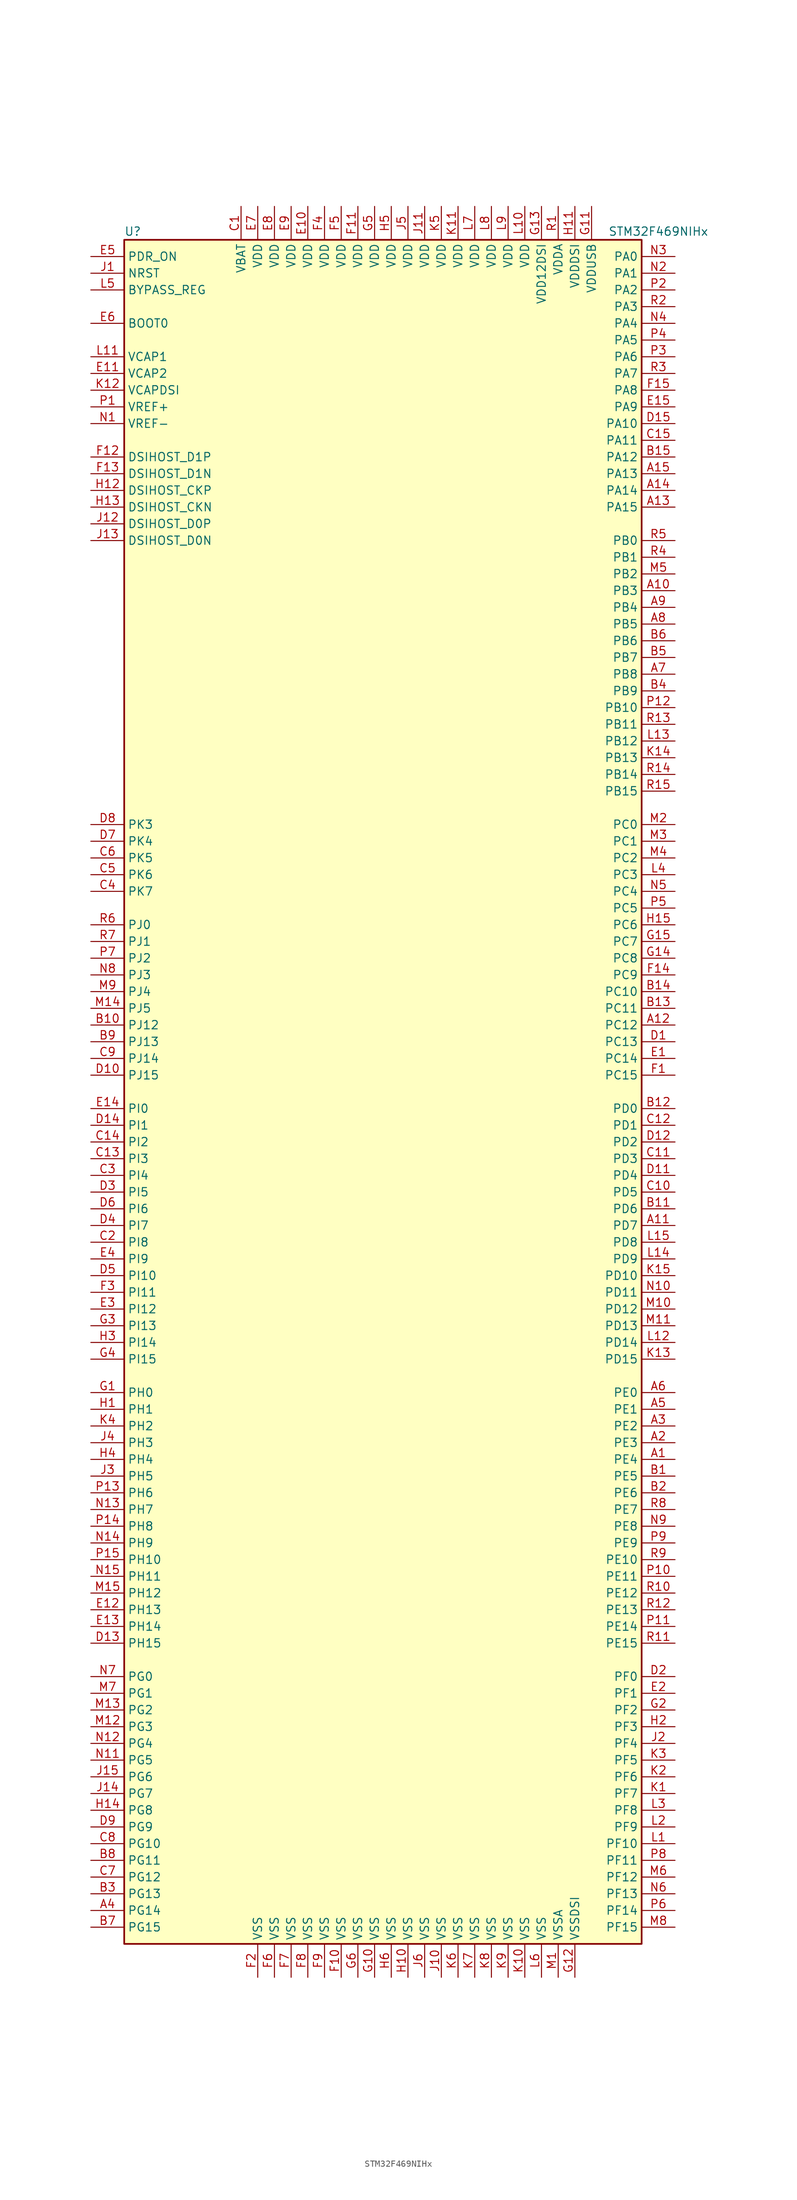
<source format=kicad_sym>
(kicad_symbol_lib
  (version 20201005)
  (generator kicad_symbol_editor)
  (symbol "STM32F469NIHx"
    (property "Reference" "U"
      (at -40.64 130.81 0)
      (effects (font (size 1.27 1.27)) (justify left)))
    (property "Value" "STM32F469NIHx"
      (at 33.02 130.81 0)
      (effects (font (size 1.27 1.27)) (justify left)))
    (symbol "STM32F469NIHx_0_1"
      (rectangle (start -40.64 -129.54) (end 38.1 129.54) (stroke (width 0.254)) (fill (type background))))
    (symbol "STM32F469NIHx_1_1"
      (pin input line (at -45.72 116.84 0) (length 5.08) (name "BOOT0" (effects (font (size 1.27 1.27)))) (number "E6" (effects (font (size 1.27 1.27)))))
      (pin input line (at -45.72 121.92 0) (length 5.08) (name "BYPASS_REG" (effects (font (size 1.27 1.27)))) (number "L5" (effects (font (size 1.27 1.27)))))
      (pin bidirectional line (at -45.72 88.9 0) (length 5.08) (name "DSIHOST_CKN" (effects (font (size 1.27 1.27)))) (number "H13" (effects (font (size 1.27 1.27)))))
      (pin bidirectional line (at -45.72 91.44 0) (length 5.08) (name "DSIHOST_CKP" (effects (font (size 1.27 1.27)))) (number "H12" (effects (font (size 1.27 1.27)))))
      (pin bidirectional line (at -45.72 83.82 0) (length 5.08) (name "DSIHOST_D0N" (effects (font (size 1.27 1.27)))) (number "J13" (effects (font (size 1.27 1.27)))))
      (pin bidirectional line (at -45.72 86.36 0) (length 5.08) (name "DSIHOST_D0P" (effects (font (size 1.27 1.27)))) (number "J12" (effects (font (size 1.27 1.27)))))
      (pin bidirectional line (at -45.72 93.98 0) (length 5.08) (name "DSIHOST_D1N" (effects (font (size 1.27 1.27)))) (number "F13" (effects (font (size 1.27 1.27)))))
      (pin bidirectional line (at -45.72 96.52 0) (length 5.08) (name "DSIHOST_D1P" (effects (font (size 1.27 1.27)))) (number "F12" (effects (font (size 1.27 1.27)))))
      (pin input line (at -45.72 124.46 0) (length 5.08) (name "NRST" (effects (font (size 1.27 1.27)))) (number "J1" (effects (font (size 1.27 1.27)))))
      (pin bidirectional line (at 43.18 127 180) (length 5.08) (name "PA0" (effects (font (size 1.27 1.27)))) (number "N3" (effects (font (size 1.27 1.27)))))
      (pin bidirectional line (at 43.18 124.46 180) (length 5.08) (name "PA1" (effects (font (size 1.27 1.27)))) (number "N2" (effects (font (size 1.27 1.27)))))
      (pin bidirectional line (at 43.18 101.6 180) (length 5.08) (name "PA10" (effects (font (size 1.27 1.27)))) (number "D15" (effects (font (size 1.27 1.27)))))
      (pin bidirectional line (at 43.18 99.06 180) (length 5.08) (name "PA11" (effects (font (size 1.27 1.27)))) (number "C15" (effects (font (size 1.27 1.27)))))
      (pin bidirectional line (at 43.18 96.52 180) (length 5.08) (name "PA12" (effects (font (size 1.27 1.27)))) (number "B15" (effects (font (size 1.27 1.27)))))
      (pin bidirectional line (at 43.18 93.98 180) (length 5.08) (name "PA13" (effects (font (size 1.27 1.27)))) (number "A15" (effects (font (size 1.27 1.27)))))
      (pin bidirectional line (at 43.18 91.44 180) (length 5.08) (name "PA14" (effects (font (size 1.27 1.27)))) (number "A14" (effects (font (size 1.27 1.27)))))
      (pin bidirectional line (at 43.18 88.9 180) (length 5.08) (name "PA15" (effects (font (size 1.27 1.27)))) (number "A13" (effects (font (size 1.27 1.27)))))
      (pin bidirectional line (at 43.18 121.92 180) (length 5.08) (name "PA2" (effects (font (size 1.27 1.27)))) (number "P2" (effects (font (size 1.27 1.27)))))
      (pin bidirectional line (at 43.18 119.38 180) (length 5.08) (name "PA3" (effects (font (size 1.27 1.27)))) (number "R2" (effects (font (size 1.27 1.27)))))
      (pin bidirectional line (at 43.18 116.84 180) (length 5.08) (name "PA4" (effects (font (size 1.27 1.27)))) (number "N4" (effects (font (size 1.27 1.27)))))
      (pin bidirectional line (at 43.18 114.3 180) (length 5.08) (name "PA5" (effects (font (size 1.27 1.27)))) (number "P4" (effects (font (size 1.27 1.27)))))
      (pin bidirectional line (at 43.18 111.76 180) (length 5.08) (name "PA6" (effects (font (size 1.27 1.27)))) (number "P3" (effects (font (size 1.27 1.27)))))
      (pin bidirectional line (at 43.18 109.22 180) (length 5.08) (name "PA7" (effects (font (size 1.27 1.27)))) (number "R3" (effects (font (size 1.27 1.27)))))
      (pin bidirectional line (at 43.18 106.68 180) (length 5.08) (name "PA8" (effects (font (size 1.27 1.27)))) (number "F15" (effects (font (size 1.27 1.27)))))
      (pin bidirectional line (at 43.18 104.14 180) (length 5.08) (name "PA9" (effects (font (size 1.27 1.27)))) (number "E15" (effects (font (size 1.27 1.27)))))
      (pin bidirectional line (at 43.18 83.82 180) (length 5.08) (name "PB0" (effects (font (size 1.27 1.27)))) (number "R5" (effects (font (size 1.27 1.27)))))
      (pin bidirectional line (at 43.18 81.28 180) (length 5.08) (name "PB1" (effects (font (size 1.27 1.27)))) (number "R4" (effects (font (size 1.27 1.27)))))
      (pin bidirectional line (at 43.18 58.42 180) (length 5.08) (name "PB10" (effects (font (size 1.27 1.27)))) (number "P12" (effects (font (size 1.27 1.27)))))
      (pin bidirectional line (at 43.18 55.88 180) (length 5.08) (name "PB11" (effects (font (size 1.27 1.27)))) (number "R13" (effects (font (size 1.27 1.27)))))
      (pin bidirectional line (at 43.18 53.34 180) (length 5.08) (name "PB12" (effects (font (size 1.27 1.27)))) (number "L13" (effects (font (size 1.27 1.27)))))
      (pin bidirectional line (at 43.18 50.8 180) (length 5.08) (name "PB13" (effects (font (size 1.27 1.27)))) (number "K14" (effects (font (size 1.27 1.27)))))
      (pin bidirectional line (at 43.18 48.26 180) (length 5.08) (name "PB14" (effects (font (size 1.27 1.27)))) (number "R14" (effects (font (size 1.27 1.27)))))
      (pin bidirectional line (at 43.18 45.72 180) (length 5.08) (name "PB15" (effects (font (size 1.27 1.27)))) (number "R15" (effects (font (size 1.27 1.27)))))
      (pin bidirectional line (at 43.18 78.74 180) (length 5.08) (name "PB2" (effects (font (size 1.27 1.27)))) (number "M5" (effects (font (size 1.27 1.27)))))
      (pin bidirectional line (at 43.18 76.2 180) (length 5.08) (name "PB3" (effects (font (size 1.27 1.27)))) (number "A10" (effects (font (size 1.27 1.27)))))
      (pin bidirectional line (at 43.18 73.66 180) (length 5.08) (name "PB4" (effects (font (size 1.27 1.27)))) (number "A9" (effects (font (size 1.27 1.27)))))
      (pin bidirectional line (at 43.18 71.12 180) (length 5.08) (name "PB5" (effects (font (size 1.27 1.27)))) (number "A8" (effects (font (size 1.27 1.27)))))
      (pin bidirectional line (at 43.18 68.58 180) (length 5.08) (name "PB6" (effects (font (size 1.27 1.27)))) (number "B6" (effects (font (size 1.27 1.27)))))
      (pin bidirectional line (at 43.18 66.04 180) (length 5.08) (name "PB7" (effects (font (size 1.27 1.27)))) (number "B5" (effects (font (size 1.27 1.27)))))
      (pin bidirectional line (at 43.18 63.5 180) (length 5.08) (name "PB8" (effects (font (size 1.27 1.27)))) (number "A7" (effects (font (size 1.27 1.27)))))
      (pin bidirectional line (at 43.18 60.96 180) (length 5.08) (name "PB9" (effects (font (size 1.27 1.27)))) (number "B4" (effects (font (size 1.27 1.27)))))
      (pin bidirectional line (at 43.18 40.64 180) (length 5.08) (name "PC0" (effects (font (size 1.27 1.27)))) (number "M2" (effects (font (size 1.27 1.27)))))
      (pin bidirectional line (at 43.18 38.1 180) (length 5.08) (name "PC1" (effects (font (size 1.27 1.27)))) (number "M3" (effects (font (size 1.27 1.27)))))
      (pin bidirectional line (at 43.18 15.24 180) (length 5.08) (name "PC10" (effects (font (size 1.27 1.27)))) (number "B14" (effects (font (size 1.27 1.27)))))
      (pin bidirectional line (at 43.18 12.7 180) (length 5.08) (name "PC11" (effects (font (size 1.27 1.27)))) (number "B13" (effects (font (size 1.27 1.27)))))
      (pin bidirectional line (at 43.18 10.16 180) (length 5.08) (name "PC12" (effects (font (size 1.27 1.27)))) (number "A12" (effects (font (size 1.27 1.27)))))
      (pin bidirectional line (at 43.18 7.62 180) (length 5.08) (name "PC13" (effects (font (size 1.27 1.27)))) (number "D1" (effects (font (size 1.27 1.27)))))
      (pin bidirectional line (at 43.18 5.08 180) (length 5.08) (name "PC14" (effects (font (size 1.27 1.27)))) (number "E1" (effects (font (size 1.27 1.27)))))
      (pin bidirectional line (at 43.18 2.54 180) (length 5.08) (name "PC15" (effects (font (size 1.27 1.27)))) (number "F1" (effects (font (size 1.27 1.27)))))
      (pin bidirectional line (at 43.18 35.56 180) (length 5.08) (name "PC2" (effects (font (size 1.27 1.27)))) (number "M4" (effects (font (size 1.27 1.27)))))
      (pin bidirectional line (at 43.18 33.02 180) (length 5.08) (name "PC3" (effects (font (size 1.27 1.27)))) (number "L4" (effects (font (size 1.27 1.27)))))
      (pin bidirectional line (at 43.18 30.48 180) (length 5.08) (name "PC4" (effects (font (size 1.27 1.27)))) (number "N5" (effects (font (size 1.27 1.27)))))
      (pin bidirectional line (at 43.18 27.94 180) (length 5.08) (name "PC5" (effects (font (size 1.27 1.27)))) (number "P5" (effects (font (size 1.27 1.27)))))
      (pin bidirectional line (at 43.18 25.4 180) (length 5.08) (name "PC6" (effects (font (size 1.27 1.27)))) (number "H15" (effects (font (size 1.27 1.27)))))
      (pin bidirectional line (at 43.18 22.86 180) (length 5.08) (name "PC7" (effects (font (size 1.27 1.27)))) (number "G15" (effects (font (size 1.27 1.27)))))
      (pin bidirectional line (at 43.18 20.32 180) (length 5.08) (name "PC8" (effects (font (size 1.27 1.27)))) (number "G14" (effects (font (size 1.27 1.27)))))
      (pin bidirectional line (at 43.18 17.78 180) (length 5.08) (name "PC9" (effects (font (size 1.27 1.27)))) (number "F14" (effects (font (size 1.27 1.27)))))
      (pin bidirectional line (at 43.18 -2.54 180) (length 5.08) (name "PD0" (effects (font (size 1.27 1.27)))) (number "B12" (effects (font (size 1.27 1.27)))))
      (pin bidirectional line (at 43.18 -5.08 180) (length 5.08) (name "PD1" (effects (font (size 1.27 1.27)))) (number "C12" (effects (font (size 1.27 1.27)))))
      (pin bidirectional line (at 43.18 -27.94 180) (length 5.08) (name "PD10" (effects (font (size 1.27 1.27)))) (number "K15" (effects (font (size 1.27 1.27)))))
      (pin bidirectional line (at 43.18 -30.48 180) (length 5.08) (name "PD11" (effects (font (size 1.27 1.27)))) (number "N10" (effects (font (size 1.27 1.27)))))
      (pin bidirectional line (at 43.18 -33.02 180) (length 5.08) (name "PD12" (effects (font (size 1.27 1.27)))) (number "M10" (effects (font (size 1.27 1.27)))))
      (pin bidirectional line (at 43.18 -35.56 180) (length 5.08) (name "PD13" (effects (font (size 1.27 1.27)))) (number "M11" (effects (font (size 1.27 1.27)))))
      (pin bidirectional line (at 43.18 -38.1 180) (length 5.08) (name "PD14" (effects (font (size 1.27 1.27)))) (number "L12" (effects (font (size 1.27 1.27)))))
      (pin bidirectional line (at 43.18 -40.64 180) (length 5.08) (name "PD15" (effects (font (size 1.27 1.27)))) (number "K13" (effects (font (size 1.27 1.27)))))
      (pin bidirectional line (at 43.18 -7.62 180) (length 5.08) (name "PD2" (effects (font (size 1.27 1.27)))) (number "D12" (effects (font (size 1.27 1.27)))))
      (pin bidirectional line (at 43.18 -10.16 180) (length 5.08) (name "PD3" (effects (font (size 1.27 1.27)))) (number "C11" (effects (font (size 1.27 1.27)))))
      (pin bidirectional line (at 43.18 -12.7 180) (length 5.08) (name "PD4" (effects (font (size 1.27 1.27)))) (number "D11" (effects (font (size 1.27 1.27)))))
      (pin bidirectional line (at 43.18 -15.24 180) (length 5.08) (name "PD5" (effects (font (size 1.27 1.27)))) (number "C10" (effects (font (size 1.27 1.27)))))
      (pin bidirectional line (at 43.18 -17.78 180) (length 5.08) (name "PD6" (effects (font (size 1.27 1.27)))) (number "B11" (effects (font (size 1.27 1.27)))))
      (pin bidirectional line (at 43.18 -20.32 180) (length 5.08) (name "PD7" (effects (font (size 1.27 1.27)))) (number "A11" (effects (font (size 1.27 1.27)))))
      (pin bidirectional line (at 43.18 -22.86 180) (length 5.08) (name "PD8" (effects (font (size 1.27 1.27)))) (number "L15" (effects (font (size 1.27 1.27)))))
      (pin bidirectional line (at 43.18 -25.4 180) (length 5.08) (name "PD9" (effects (font (size 1.27 1.27)))) (number "L14" (effects (font (size 1.27 1.27)))))
      (pin input line (at -45.72 127 0) (length 5.08) (name "PDR_ON" (effects (font (size 1.27 1.27)))) (number "E5" (effects (font (size 1.27 1.27)))))
      (pin bidirectional line (at 43.18 -45.72 180) (length 5.08) (name "PE0" (effects (font (size 1.27 1.27)))) (number "A6" (effects (font (size 1.27 1.27)))))
      (pin bidirectional line (at 43.18 -48.26 180) (length 5.08) (name "PE1" (effects (font (size 1.27 1.27)))) (number "A5" (effects (font (size 1.27 1.27)))))
      (pin bidirectional line (at 43.18 -71.12 180) (length 5.08) (name "PE10" (effects (font (size 1.27 1.27)))) (number "R9" (effects (font (size 1.27 1.27)))))
      (pin bidirectional line (at 43.18 -73.66 180) (length 5.08) (name "PE11" (effects (font (size 1.27 1.27)))) (number "P10" (effects (font (size 1.27 1.27)))))
      (pin bidirectional line (at 43.18 -76.2 180) (length 5.08) (name "PE12" (effects (font (size 1.27 1.27)))) (number "R10" (effects (font (size 1.27 1.27)))))
      (pin bidirectional line (at 43.18 -78.74 180) (length 5.08) (name "PE13" (effects (font (size 1.27 1.27)))) (number "R12" (effects (font (size 1.27 1.27)))))
      (pin bidirectional line (at 43.18 -81.28 180) (length 5.08) (name "PE14" (effects (font (size 1.27 1.27)))) (number "P11" (effects (font (size 1.27 1.27)))))
      (pin bidirectional line (at 43.18 -83.82 180) (length 5.08) (name "PE15" (effects (font (size 1.27 1.27)))) (number "R11" (effects (font (size 1.27 1.27)))))
      (pin bidirectional line (at 43.18 -50.8 180) (length 5.08) (name "PE2" (effects (font (size 1.27 1.27)))) (number "A3" (effects (font (size 1.27 1.27)))))
      (pin bidirectional line (at 43.18 -53.34 180) (length 5.08) (name "PE3" (effects (font (size 1.27 1.27)))) (number "A2" (effects (font (size 1.27 1.27)))))
      (pin bidirectional line (at 43.18 -55.88 180) (length 5.08) (name "PE4" (effects (font (size 1.27 1.27)))) (number "A1" (effects (font (size 1.27 1.27)))))
      (pin bidirectional line (at 43.18 -58.42 180) (length 5.08) (name "PE5" (effects (font (size 1.27 1.27)))) (number "B1" (effects (font (size 1.27 1.27)))))
      (pin bidirectional line (at 43.18 -60.96 180) (length 5.08) (name "PE6" (effects (font (size 1.27 1.27)))) (number "B2" (effects (font (size 1.27 1.27)))))
      (pin bidirectional line (at 43.18 -63.5 180) (length 5.08) (name "PE7" (effects (font (size 1.27 1.27)))) (number "R8" (effects (font (size 1.27 1.27)))))
      (pin bidirectional line (at 43.18 -66.04 180) (length 5.08) (name "PE8" (effects (font (size 1.27 1.27)))) (number "N9" (effects (font (size 1.27 1.27)))))
      (pin bidirectional line (at 43.18 -68.58 180) (length 5.08) (name "PE9" (effects (font (size 1.27 1.27)))) (number "P9" (effects (font (size 1.27 1.27)))))
      (pin bidirectional line (at 43.18 -88.9 180) (length 5.08) (name "PF0" (effects (font (size 1.27 1.27)))) (number "D2" (effects (font (size 1.27 1.27)))))
      (pin bidirectional line (at 43.18 -91.44 180) (length 5.08) (name "PF1" (effects (font (size 1.27 1.27)))) (number "E2" (effects (font (size 1.27 1.27)))))
      (pin bidirectional line (at 43.18 -114.3 180) (length 5.08) (name "PF10" (effects (font (size 1.27 1.27)))) (number "L1" (effects (font (size 1.27 1.27)))))
      (pin bidirectional line (at 43.18 -116.84 180) (length 5.08) (name "PF11" (effects (font (size 1.27 1.27)))) (number "P8" (effects (font (size 1.27 1.27)))))
      (pin bidirectional line (at 43.18 -119.38 180) (length 5.08) (name "PF12" (effects (font (size 1.27 1.27)))) (number "M6" (effects (font (size 1.27 1.27)))))
      (pin bidirectional line (at 43.18 -121.92 180) (length 5.08) (name "PF13" (effects (font (size 1.27 1.27)))) (number "N6" (effects (font (size 1.27 1.27)))))
      (pin bidirectional line (at 43.18 -124.46 180) (length 5.08) (name "PF14" (effects (font (size 1.27 1.27)))) (number "P6" (effects (font (size 1.27 1.27)))))
      (pin bidirectional line (at 43.18 -127 180) (length 5.08) (name "PF15" (effects (font (size 1.27 1.27)))) (number "M8" (effects (font (size 1.27 1.27)))))
      (pin bidirectional line (at 43.18 -93.98 180) (length 5.08) (name "PF2" (effects (font (size 1.27 1.27)))) (number "G2" (effects (font (size 1.27 1.27)))))
      (pin bidirectional line (at 43.18 -96.52 180) (length 5.08) (name "PF3" (effects (font (size 1.27 1.27)))) (number "H2" (effects (font (size 1.27 1.27)))))
      (pin bidirectional line (at 43.18 -99.06 180) (length 5.08) (name "PF4" (effects (font (size 1.27 1.27)))) (number "J2" (effects (font (size 1.27 1.27)))))
      (pin bidirectional line (at 43.18 -101.6 180) (length 5.08) (name "PF5" (effects (font (size 1.27 1.27)))) (number "K3" (effects (font (size 1.27 1.27)))))
      (pin bidirectional line (at 43.18 -104.14 180) (length 5.08) (name "PF6" (effects (font (size 1.27 1.27)))) (number "K2" (effects (font (size 1.27 1.27)))))
      (pin bidirectional line (at 43.18 -106.68 180) (length 5.08) (name "PF7" (effects (font (size 1.27 1.27)))) (number "K1" (effects (font (size 1.27 1.27)))))
      (pin bidirectional line (at 43.18 -109.22 180) (length 5.08) (name "PF8" (effects (font (size 1.27 1.27)))) (number "L3" (effects (font (size 1.27 1.27)))))
      (pin bidirectional line (at 43.18 -111.76 180) (length 5.08) (name "PF9" (effects (font (size 1.27 1.27)))) (number "L2" (effects (font (size 1.27 1.27)))))
      (pin bidirectional line (at -45.72 -88.9 0) (length 5.08) (name "PG0" (effects (font (size 1.27 1.27)))) (number "N7" (effects (font (size 1.27 1.27)))))
      (pin bidirectional line (at -45.72 -91.44 0) (length 5.08) (name "PG1" (effects (font (size 1.27 1.27)))) (number "M7" (effects (font (size 1.27 1.27)))))
      (pin bidirectional line (at -45.72 -114.3 0) (length 5.08) (name "PG10" (effects (font (size 1.27 1.27)))) (number "C8" (effects (font (size 1.27 1.27)))))
      (pin bidirectional line (at -45.72 -116.84 0) (length 5.08) (name "PG11" (effects (font (size 1.27 1.27)))) (number "B8" (effects (font (size 1.27 1.27)))))
      (pin bidirectional line (at -45.72 -119.38 0) (length 5.08) (name "PG12" (effects (font (size 1.27 1.27)))) (number "C7" (effects (font (size 1.27 1.27)))))
      (pin bidirectional line (at -45.72 -121.92 0) (length 5.08) (name "PG13" (effects (font (size 1.27 1.27)))) (number "B3" (effects (font (size 1.27 1.27)))))
      (pin bidirectional line (at -45.72 -124.46 0) (length 5.08) (name "PG14" (effects (font (size 1.27 1.27)))) (number "A4" (effects (font (size 1.27 1.27)))))
      (pin bidirectional line (at -45.72 -127 0) (length 5.08) (name "PG15" (effects (font (size 1.27 1.27)))) (number "B7" (effects (font (size 1.27 1.27)))))
      (pin bidirectional line (at -45.72 -93.98 0) (length 5.08) (name "PG2" (effects (font (size 1.27 1.27)))) (number "M13" (effects (font (size 1.27 1.27)))))
      (pin bidirectional line (at -45.72 -96.52 0) (length 5.08) (name "PG3" (effects (font (size 1.27 1.27)))) (number "M12" (effects (font (size 1.27 1.27)))))
      (pin bidirectional line (at -45.72 -99.06 0) (length 5.08) (name "PG4" (effects (font (size 1.27 1.27)))) (number "N12" (effects (font (size 1.27 1.27)))))
      (pin bidirectional line (at -45.72 -101.6 0) (length 5.08) (name "PG5" (effects (font (size 1.27 1.27)))) (number "N11" (effects (font (size 1.27 1.27)))))
      (pin bidirectional line (at -45.72 -104.14 0) (length 5.08) (name "PG6" (effects (font (size 1.27 1.27)))) (number "J15" (effects (font (size 1.27 1.27)))))
      (pin bidirectional line (at -45.72 -106.68 0) (length 5.08) (name "PG7" (effects (font (size 1.27 1.27)))) (number "J14" (effects (font (size 1.27 1.27)))))
      (pin bidirectional line (at -45.72 -109.22 0) (length 5.08) (name "PG8" (effects (font (size 1.27 1.27)))) (number "H14" (effects (font (size 1.27 1.27)))))
      (pin bidirectional line (at -45.72 -111.76 0) (length 5.08) (name "PG9" (effects (font (size 1.27 1.27)))) (number "D9" (effects (font (size 1.27 1.27)))))
      (pin input line (at -45.72 -45.72 0) (length 5.08) (name "PH0" (effects (font (size 1.27 1.27)))) (number "G1" (effects (font (size 1.27 1.27)))))
      (pin input line (at -45.72 -48.26 0) (length 5.08) (name "PH1" (effects (font (size 1.27 1.27)))) (number "H1" (effects (font (size 1.27 1.27)))))
      (pin bidirectional line (at -45.72 -71.12 0) (length 5.08) (name "PH10" (effects (font (size 1.27 1.27)))) (number "P15" (effects (font (size 1.27 1.27)))))
      (pin bidirectional line (at -45.72 -73.66 0) (length 5.08) (name "PH11" (effects (font (size 1.27 1.27)))) (number "N15" (effects (font (size 1.27 1.27)))))
      (pin bidirectional line (at -45.72 -76.2 0) (length 5.08) (name "PH12" (effects (font (size 1.27 1.27)))) (number "M15" (effects (font (size 1.27 1.27)))))
      (pin bidirectional line (at -45.72 -78.74 0) (length 5.08) (name "PH13" (effects (font (size 1.27 1.27)))) (number "E12" (effects (font (size 1.27 1.27)))))
      (pin bidirectional line (at -45.72 -81.28 0) (length 5.08) (name "PH14" (effects (font (size 1.27 1.27)))) (number "E13" (effects (font (size 1.27 1.27)))))
      (pin bidirectional line (at -45.72 -83.82 0) (length 5.08) (name "PH15" (effects (font (size 1.27 1.27)))) (number "D13" (effects (font (size 1.27 1.27)))))
      (pin bidirectional line (at -45.72 -50.8 0) (length 5.08) (name "PH2" (effects (font (size 1.27 1.27)))) (number "K4" (effects (font (size 1.27 1.27)))))
      (pin bidirectional line (at -45.72 -53.34 0) (length 5.08) (name "PH3" (effects (font (size 1.27 1.27)))) (number "J4" (effects (font (size 1.27 1.27)))))
      (pin bidirectional line (at -45.72 -55.88 0) (length 5.08) (name "PH4" (effects (font (size 1.27 1.27)))) (number "H4" (effects (font (size 1.27 1.27)))))
      (pin bidirectional line (at -45.72 -58.42 0) (length 5.08) (name "PH5" (effects (font (size 1.27 1.27)))) (number "J3" (effects (font (size 1.27 1.27)))))
      (pin bidirectional line (at -45.72 -60.96 0) (length 5.08) (name "PH6" (effects (font (size 1.27 1.27)))) (number "P13" (effects (font (size 1.27 1.27)))))
      (pin bidirectional line (at -45.72 -63.5 0) (length 5.08) (name "PH7" (effects (font (size 1.27 1.27)))) (number "N13" (effects (font (size 1.27 1.27)))))
      (pin bidirectional line (at -45.72 -66.04 0) (length 5.08) (name "PH8" (effects (font (size 1.27 1.27)))) (number "P14" (effects (font (size 1.27 1.27)))))
      (pin bidirectional line (at -45.72 -68.58 0) (length 5.08) (name "PH9" (effects (font (size 1.27 1.27)))) (number "N14" (effects (font (size 1.27 1.27)))))
      (pin bidirectional line (at -45.72 -2.54 0) (length 5.08) (name "PI0" (effects (font (size 1.27 1.27)))) (number "E14" (effects (font (size 1.27 1.27)))))
      (pin bidirectional line (at -45.72 -5.08 0) (length 5.08) (name "PI1" (effects (font (size 1.27 1.27)))) (number "D14" (effects (font (size 1.27 1.27)))))
      (pin bidirectional line (at -45.72 -27.94 0) (length 5.08) (name "PI10" (effects (font (size 1.27 1.27)))) (number "D5" (effects (font (size 1.27 1.27)))))
      (pin bidirectional line (at -45.72 -30.48 0) (length 5.08) (name "PI11" (effects (font (size 1.27 1.27)))) (number "F3" (effects (font (size 1.27 1.27)))))
      (pin bidirectional line (at -45.72 -33.02 0) (length 5.08) (name "PI12" (effects (font (size 1.27 1.27)))) (number "E3" (effects (font (size 1.27 1.27)))))
      (pin bidirectional line (at -45.72 -35.56 0) (length 5.08) (name "PI13" (effects (font (size 1.27 1.27)))) (number "G3" (effects (font (size 1.27 1.27)))))
      (pin bidirectional line (at -45.72 -38.1 0) (length 5.08) (name "PI14" (effects (font (size 1.27 1.27)))) (number "H3" (effects (font (size 1.27 1.27)))))
      (pin bidirectional line (at -45.72 -40.64 0) (length 5.08) (name "PI15" (effects (font (size 1.27 1.27)))) (number "G4" (effects (font (size 1.27 1.27)))))
      (pin bidirectional line (at -45.72 -7.62 0) (length 5.08) (name "PI2" (effects (font (size 1.27 1.27)))) (number "C14" (effects (font (size 1.27 1.27)))))
      (pin bidirectional line (at -45.72 -10.16 0) (length 5.08) (name "PI3" (effects (font (size 1.27 1.27)))) (number "C13" (effects (font (size 1.27 1.27)))))
      (pin bidirectional line (at -45.72 -12.7 0) (length 5.08) (name "PI4" (effects (font (size 1.27 1.27)))) (number "C3" (effects (font (size 1.27 1.27)))))
      (pin bidirectional line (at -45.72 -15.24 0) (length 5.08) (name "PI5" (effects (font (size 1.27 1.27)))) (number "D3" (effects (font (size 1.27 1.27)))))
      (pin bidirectional line (at -45.72 -17.78 0) (length 5.08) (name "PI6" (effects (font (size 1.27 1.27)))) (number "D6" (effects (font (size 1.27 1.27)))))
      (pin bidirectional line (at -45.72 -20.32 0) (length 5.08) (name "PI7" (effects (font (size 1.27 1.27)))) (number "D4" (effects (font (size 1.27 1.27)))))
      (pin bidirectional line (at -45.72 -22.86 0) (length 5.08) (name "PI8" (effects (font (size 1.27 1.27)))) (number "C2" (effects (font (size 1.27 1.27)))))
      (pin bidirectional line (at -45.72 -25.4 0) (length 5.08) (name "PI9" (effects (font (size 1.27 1.27)))) (number "E4" (effects (font (size 1.27 1.27)))))
      (pin bidirectional line (at -45.72 25.4 0) (length 5.08) (name "PJ0" (effects (font (size 1.27 1.27)))) (number "R6" (effects (font (size 1.27 1.27)))))
      (pin bidirectional line (at -45.72 22.86 0) (length 5.08) (name "PJ1" (effects (font (size 1.27 1.27)))) (number "R7" (effects (font (size 1.27 1.27)))))
      (pin bidirectional line (at -45.72 10.16 0) (length 5.08) (name "PJ12" (effects (font (size 1.27 1.27)))) (number "B10" (effects (font (size 1.27 1.27)))))
      (pin bidirectional line (at -45.72 7.62 0) (length 5.08) (name "PJ13" (effects (font (size 1.27 1.27)))) (number "B9" (effects (font (size 1.27 1.27)))))
      (pin bidirectional line (at -45.72 5.08 0) (length 5.08) (name "PJ14" (effects (font (size 1.27 1.27)))) (number "C9" (effects (font (size 1.27 1.27)))))
      (pin bidirectional line (at -45.72 2.54 0) (length 5.08) (name "PJ15" (effects (font (size 1.27 1.27)))) (number "D10" (effects (font (size 1.27 1.27)))))
      (pin bidirectional line (at -45.72 20.32 0) (length 5.08) (name "PJ2" (effects (font (size 1.27 1.27)))) (number "P7" (effects (font (size 1.27 1.27)))))
      (pin bidirectional line (at -45.72 17.78 0) (length 5.08) (name "PJ3" (effects (font (size 1.27 1.27)))) (number "N8" (effects (font (size 1.27 1.27)))))
      (pin bidirectional line (at -45.72 15.24 0) (length 5.08) (name "PJ4" (effects (font (size 1.27 1.27)))) (number "M9" (effects (font (size 1.27 1.27)))))
      (pin bidirectional line (at -45.72 12.7 0) (length 5.08) (name "PJ5" (effects (font (size 1.27 1.27)))) (number "M14" (effects (font (size 1.27 1.27)))))
      (pin bidirectional line (at -45.72 40.64 0) (length 5.08) (name "PK3" (effects (font (size 1.27 1.27)))) (number "D8" (effects (font (size 1.27 1.27)))))
      (pin bidirectional line (at -45.72 38.1 0) (length 5.08) (name "PK4" (effects (font (size 1.27 1.27)))) (number "D7" (effects (font (size 1.27 1.27)))))
      (pin bidirectional line (at -45.72 35.56 0) (length 5.08) (name "PK5" (effects (font (size 1.27 1.27)))) (number "C6" (effects (font (size 1.27 1.27)))))
      (pin bidirectional line (at -45.72 33.02 0) (length 5.08) (name "PK6" (effects (font (size 1.27 1.27)))) (number "C5" (effects (font (size 1.27 1.27)))))
      (pin bidirectional line (at -45.72 30.48 0) (length 5.08) (name "PK7" (effects (font (size 1.27 1.27)))) (number "C4" (effects (font (size 1.27 1.27)))))
      (pin power_in line (at -22.86 134.62 270) (length 5.08) (name "VBAT" (effects (font (size 1.27 1.27)))) (number "C1" (effects (font (size 1.27 1.27)))))
      (pin power_in line (at -45.72 111.76 0) (length 5.08) (name "VCAP1" (effects (font (size 1.27 1.27)))) (number "L11" (effects (font (size 1.27 1.27)))))
      (pin power_in line (at -45.72 109.22 0) (length 5.08) (name "VCAP2" (effects (font (size 1.27 1.27)))) (number "E11" (effects (font (size 1.27 1.27)))))
      (pin power_in line (at -45.72 106.68 0) (length 5.08) (name "VCAPDSI" (effects (font (size 1.27 1.27)))) (number "K12" (effects (font (size 1.27 1.27)))))
      (pin power_in line (at -12.7 134.62 270) (length 5.08) (name "VDD" (effects (font (size 1.27 1.27)))) (number "E10" (effects (font (size 1.27 1.27)))))
      (pin power_in line (at -20.32 134.62 270) (length 5.08) (name "VDD" (effects (font (size 1.27 1.27)))) (number "E7" (effects (font (size 1.27 1.27)))))
      (pin power_in line (at -17.78 134.62 270) (length 5.08) (name "VDD" (effects (font (size 1.27 1.27)))) (number "E8" (effects (font (size 1.27 1.27)))))
      (pin power_in line (at -15.24 134.62 270) (length 5.08) (name "VDD" (effects (font (size 1.27 1.27)))) (number "E9" (effects (font (size 1.27 1.27)))))
      (pin power_in line (at -5.08 134.62 270) (length 5.08) (name "VDD" (effects (font (size 1.27 1.27)))) (number "F11" (effects (font (size 1.27 1.27)))))
      (pin power_in line (at -10.16 134.62 270) (length 5.08) (name "VDD" (effects (font (size 1.27 1.27)))) (number "F4" (effects (font (size 1.27 1.27)))))
      (pin power_in line (at -7.62 134.62 270) (length 5.08) (name "VDD" (effects (font (size 1.27 1.27)))) (number "F5" (effects (font (size 1.27 1.27)))))
      (pin power_in line (at -2.54 134.62 270) (length 5.08) (name "VDD" (effects (font (size 1.27 1.27)))) (number "G5" (effects (font (size 1.27 1.27)))))
      (pin power_in line (at 0 134.62 270) (length 5.08) (name "VDD" (effects (font (size 1.27 1.27)))) (number "H5" (effects (font (size 1.27 1.27)))))
      (pin power_in line (at 5.08 134.62 270) (length 5.08) (name "VDD" (effects (font (size 1.27 1.27)))) (number "J11" (effects (font (size 1.27 1.27)))))
      (pin power_in line (at 2.54 134.62 270) (length 5.08) (name "VDD" (effects (font (size 1.27 1.27)))) (number "J5" (effects (font (size 1.27 1.27)))))
      (pin power_in line (at 10.16 134.62 270) (length 5.08) (name "VDD" (effects (font (size 1.27 1.27)))) (number "K11" (effects (font (size 1.27 1.27)))))
      (pin power_in line (at 7.62 134.62 270) (length 5.08) (name "VDD" (effects (font (size 1.27 1.27)))) (number "K5" (effects (font (size 1.27 1.27)))))
      (pin power_in line (at 20.32 134.62 270) (length 5.08) (name "VDD" (effects (font (size 1.27 1.27)))) (number "L10" (effects (font (size 1.27 1.27)))))
      (pin power_in line (at 12.7 134.62 270) (length 5.08) (name "VDD" (effects (font (size 1.27 1.27)))) (number "L7" (effects (font (size 1.27 1.27)))))
      (pin power_in line (at 15.24 134.62 270) (length 5.08) (name "VDD" (effects (font (size 1.27 1.27)))) (number "L8" (effects (font (size 1.27 1.27)))))
      (pin power_in line (at 17.78 134.62 270) (length 5.08) (name "VDD" (effects (font (size 1.27 1.27)))) (number "L9" (effects (font (size 1.27 1.27)))))
      (pin power_in line (at 22.86 134.62 270) (length 5.08) (name "VDD12DSI" (effects (font (size 1.27 1.27)))) (number "G13" (effects (font (size 1.27 1.27)))))
      (pin power_in line (at 25.4 134.62 270) (length 5.08) (name "VDDA" (effects (font (size 1.27 1.27)))) (number "R1" (effects (font (size 1.27 1.27)))))
      (pin power_in line (at 27.94 134.62 270) (length 5.08) (name "VDDDSI" (effects (font (size 1.27 1.27)))) (number "H11" (effects (font (size 1.27 1.27)))))
      (pin power_in line (at 30.48 134.62 270) (length 5.08) (name "VDDUSB" (effects (font (size 1.27 1.27)))) (number "G11" (effects (font (size 1.27 1.27)))))
      (pin power_in line (at -45.72 104.14 0) (length 5.08) (name "VREF+" (effects (font (size 1.27 1.27)))) (number "P1" (effects (font (size 1.27 1.27)))))
      (pin power_in line (at -45.72 101.6 0) (length 5.08) (name "VREF-" (effects (font (size 1.27 1.27)))) (number "N1" (effects (font (size 1.27 1.27)))))
      (pin power_in line (at -7.62 -134.62 90) (length 5.08) (name "VSS" (effects (font (size 1.27 1.27)))) (number "F10" (effects (font (size 1.27 1.27)))))
      (pin power_in line (at -20.32 -134.62 90) (length 5.08) (name "VSS" (effects (font (size 1.27 1.27)))) (number "F2" (effects (font (size 1.27 1.27)))))
      (pin power_in line (at -17.78 -134.62 90) (length 5.08) (name "VSS" (effects (font (size 1.27 1.27)))) (number "F6" (effects (font (size 1.27 1.27)))))
      (pin power_in line (at -15.24 -134.62 90) (length 5.08) (name "VSS" (effects (font (size 1.27 1.27)))) (number "F7" (effects (font (size 1.27 1.27)))))
      (pin power_in line (at -12.7 -134.62 90) (length 5.08) (name "VSS" (effects (font (size 1.27 1.27)))) (number "F8" (effects (font (size 1.27 1.27)))))
      (pin power_in line (at -10.16 -134.62 90) (length 5.08) (name "VSS" (effects (font (size 1.27 1.27)))) (number "F9" (effects (font (size 1.27 1.27)))))
      (pin power_in line (at -2.54 -134.62 90) (length 5.08) (name "VSS" (effects (font (size 1.27 1.27)))) (number "G10" (effects (font (size 1.27 1.27)))))
      (pin power_in line (at -5.08 -134.62 90) (length 5.08) (name "VSS" (effects (font (size 1.27 1.27)))) (number "G6" (effects (font (size 1.27 1.27)))))
      (pin power_in line (at 2.54 -134.62 90) (length 5.08) (name "VSS" (effects (font (size 1.27 1.27)))) (number "H10" (effects (font (size 1.27 1.27)))))
      (pin power_in line (at 0 -134.62 90) (length 5.08) (name "VSS" (effects (font (size 1.27 1.27)))) (number "H6" (effects (font (size 1.27 1.27)))))
      (pin power_in line (at 7.62 -134.62 90) (length 5.08) (name "VSS" (effects (font (size 1.27 1.27)))) (number "J10" (effects (font (size 1.27 1.27)))))
      (pin power_in line (at 5.08 -134.62 90) (length 5.08) (name "VSS" (effects (font (size 1.27 1.27)))) (number "J6" (effects (font (size 1.27 1.27)))))
      (pin power_in line (at 20.32 -134.62 90) (length 5.08) (name "VSS" (effects (font (size 1.27 1.27)))) (number "K10" (effects (font (size 1.27 1.27)))))
      (pin power_in line (at 10.16 -134.62 90) (length 5.08) (name "VSS" (effects (font (size 1.27 1.27)))) (number "K6" (effects (font (size 1.27 1.27)))))
      (pin power_in line (at 12.7 -134.62 90) (length 5.08) (name "VSS" (effects (font (size 1.27 1.27)))) (number "K7" (effects (font (size 1.27 1.27)))))
      (pin power_in line (at 15.24 -134.62 90) (length 5.08) (name "VSS" (effects (font (size 1.27 1.27)))) (number "K8" (effects (font (size 1.27 1.27)))))
      (pin power_in line (at 17.78 -134.62 90) (length 5.08) (name "VSS" (effects (font (size 1.27 1.27)))) (number "K9" (effects (font (size 1.27 1.27)))))
      (pin power_in line (at 22.86 -134.62 90) (length 5.08) (name "VSS" (effects (font (size 1.27 1.27)))) (number "L6" (effects (font (size 1.27 1.27)))))
      (pin power_in line (at 25.4 -134.62 90) (length 5.08) (name "VSSA" (effects (font (size 1.27 1.27)))) (number "M1" (effects (font (size 1.27 1.27)))))
      (pin power_in line (at 27.94 -134.62 90) (length 5.08) (name "VSSDSI" (effects (font (size 1.27 1.27)))) (number "G12" (effects (font (size 1.27 1.27))))))))
</source>
